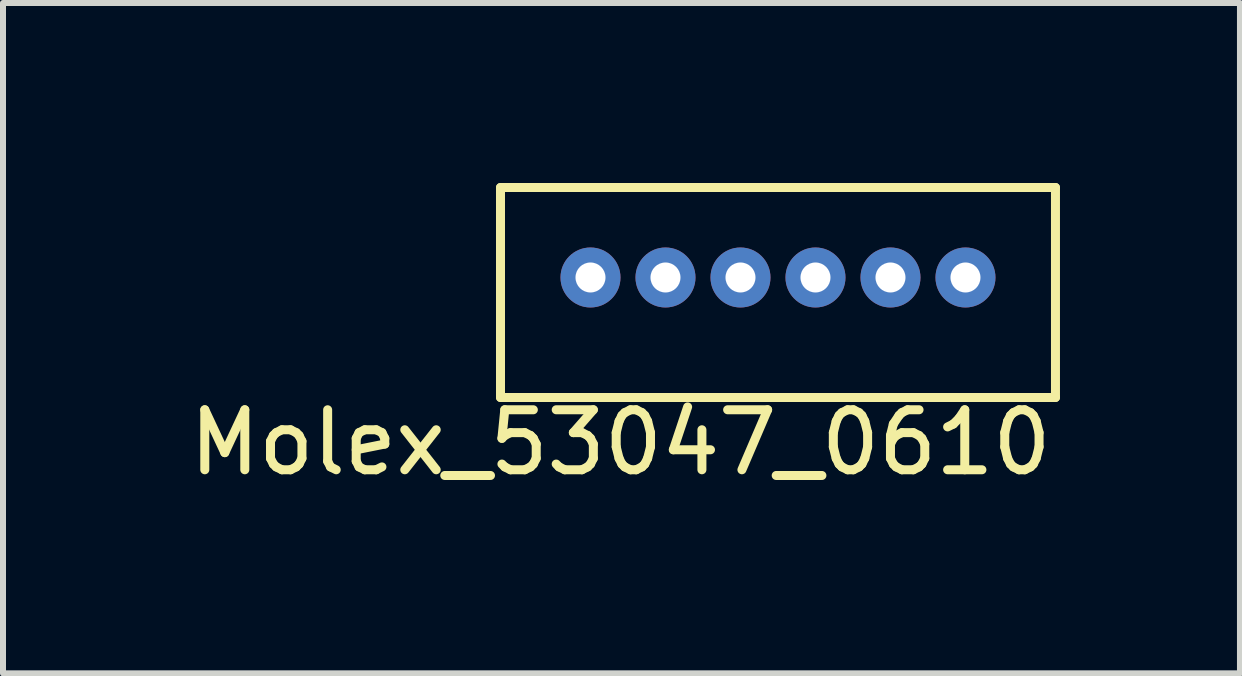
<source format=kicad_pcb>
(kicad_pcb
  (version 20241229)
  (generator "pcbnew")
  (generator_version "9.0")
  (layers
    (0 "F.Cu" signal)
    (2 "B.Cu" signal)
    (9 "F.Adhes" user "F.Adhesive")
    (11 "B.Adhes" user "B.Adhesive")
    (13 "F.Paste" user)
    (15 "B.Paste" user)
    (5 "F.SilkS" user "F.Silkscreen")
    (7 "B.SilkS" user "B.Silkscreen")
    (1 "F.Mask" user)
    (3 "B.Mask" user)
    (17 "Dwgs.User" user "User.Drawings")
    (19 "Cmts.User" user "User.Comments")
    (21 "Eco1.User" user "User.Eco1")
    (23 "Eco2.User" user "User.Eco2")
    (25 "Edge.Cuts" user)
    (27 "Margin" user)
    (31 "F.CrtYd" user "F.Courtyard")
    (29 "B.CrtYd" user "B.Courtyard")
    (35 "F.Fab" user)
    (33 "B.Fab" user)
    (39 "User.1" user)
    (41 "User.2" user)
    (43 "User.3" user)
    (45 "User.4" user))
  (footprint "Molex_53047_0610"
    (layer "F.Cu")
    (at 6.792 1.575)
    (property "Reference" "Molex_53047_0610" (at 0.5 2.75 0) (layer "F.SilkS") (effects (font (size 1 1) (thickness 0.15))))
    (attr through_hole)
    (fp_line (start -1.5 -1.5) (end -1.5 2) (stroke (width 0.15) (type solid)) (layer "F.SilkS"))
    (fp_line (start -1.5 2) (end 7.75 2) (stroke (width 0.15) (type solid)) (layer "F.SilkS"))
    (fp_line (start 0 -1.5) (end -1.5 -1.5) (stroke (width 0.15) (type solid)) (layer "F.SilkS"))
    (fp_line (start 7.75 -1.5) (end 0 -1.5) (stroke (width 0.15) (type solid)) (layer "F.SilkS"))
    (fp_line (start 7.75 2) (end 7.75 -1.5) (stroke (width 0.15) (type solid)) (layer "F.SilkS"))
    (pad "1" thru_hole circle (at 0 0) (size 1 1) (drill 0.5) (layers "*.Cu" "*.Mask"))
    (pad "2" thru_hole circle (at 1.25 0) (size 1 1) (drill 0.5) (layers "*.Cu" "*.Mask"))
    (pad "3" thru_hole circle (at 2.5 0) (size 1 1) (drill 0.5) (layers "*.Cu" "*.Mask"))
    (pad "4" thru_hole circle (at 3.75 0) (size 1 1) (drill 0.5) (layers "*.Cu" "*.Mask"))
    (pad "5" thru_hole circle (at 5 0) (size 1 1) (drill 0.5) (layers "*.Cu" "*.Mask"))
    (pad "6" thru_hole circle (at 6.25 0) (size 1 1) (drill 0.5) (layers "*.Cu" "*.Mask")))
  (gr_rect
    (start -3 -3)
    (end 17.617 8.173)
    (stroke (width 0.1) (type default))
    (fill no)
    (layer "Edge.Cuts")))
</source>
